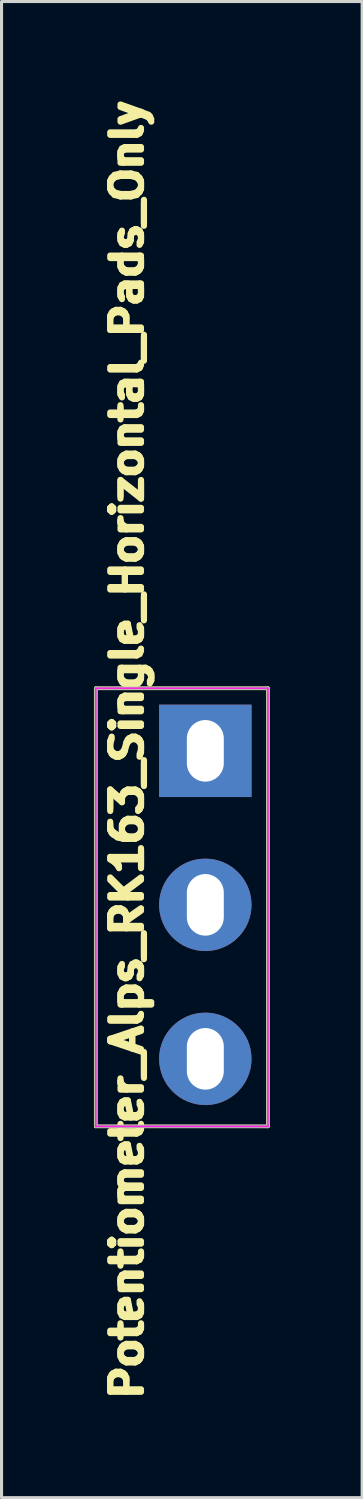
<source format=kicad_pcb>
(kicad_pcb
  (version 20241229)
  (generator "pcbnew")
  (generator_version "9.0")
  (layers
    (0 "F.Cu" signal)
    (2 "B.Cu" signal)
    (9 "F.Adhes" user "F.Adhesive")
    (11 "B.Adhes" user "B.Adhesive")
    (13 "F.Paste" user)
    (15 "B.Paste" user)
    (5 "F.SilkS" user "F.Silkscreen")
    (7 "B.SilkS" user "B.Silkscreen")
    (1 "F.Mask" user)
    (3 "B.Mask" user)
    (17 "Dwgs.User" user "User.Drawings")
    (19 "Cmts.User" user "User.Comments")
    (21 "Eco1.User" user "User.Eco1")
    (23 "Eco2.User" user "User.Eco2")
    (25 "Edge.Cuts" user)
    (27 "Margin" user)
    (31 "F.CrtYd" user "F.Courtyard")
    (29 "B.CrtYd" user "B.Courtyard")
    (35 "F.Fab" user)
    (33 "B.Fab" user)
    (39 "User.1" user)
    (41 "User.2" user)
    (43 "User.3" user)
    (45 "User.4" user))
  (footprint "Potentiometer_Alps_RK163_Single_Horizontal_Pads_Only"
    (layer "F.Cu")
    (at 3.616 21.328)
    (property "Reference" "Potentiometer_Alps_RK163_Single_Horizontal_Pads_Only" (at -2.54 -0.08 270) (layer "F.SilkS") (effects (font (size 1 1) (thickness 0.2))))
    (attr through_hole)
    (fp_line (start -3.556 12.192) (end -3.556 -2.032) (stroke (width 0.12) (type solid)) (layer "F.SilkS"))
    (fp_line (start 2.032 -2.032) (end -3.556 -2.032) (stroke (width 0.12) (type solid)) (layer "F.SilkS"))
    (fp_line (start 2.032 12.192) (end -3.556 12.192) (stroke (width 0.12) (type solid)) (layer "F.SilkS"))
    (fp_line (start 2.032 12.192) (end 2.032 -2.032) (stroke (width 0.12) (type solid)) (layer "F.SilkS"))
    (fp_line (start -3.556 -2.032) (end -3.556 12.192) (stroke (width 0.05) (type solid)) (layer "F.CrtYd"))
    (fp_line (start -3.556 12.192) (end 2.032 12.192) (stroke (width 0.05) (type solid)) (layer "F.CrtYd"))
    (fp_line (start 2.032 -2.032) (end -3.556 -2.032) (stroke (width 0.05) (type solid)) (layer "F.CrtYd"))
    (fp_line (start 2.032 12.192) (end 2.032 -2.032) (stroke (width 0.05) (type solid)) (layer "F.CrtYd"))
    (fp_line (start -3.556 -2.032) (end -3.556 12.192) (stroke (width 0.1) (type solid)) (layer "F.Fab"))
    (fp_line (start -3.556 12.192) (end 2.032 12.192) (stroke (width 0.1) (type solid)) (layer "F.Fab"))
    (fp_line (start 2.032 -2.032) (end -3.556 -2.032) (stroke (width 0.1) (type solid)) (layer "F.Fab"))
    (fp_line (start 2.032 12.192) (end 2.032 -2.032) (stroke (width 0.1) (type solid)) (layer "F.Fab"))
    (fp_text user "${REFERENCE}" (at -2.54 0 270) (layer "F.SilkS") (effects (font (size 1 1) (thickness 0.2))))
    (pad "1" thru_hole rect (at 0 0 180) (size 3 3) (drill oval 1.2 2) (layers "*.Cu" "*.Mask"))
    (pad "2" thru_hole circle (at 0 5 180) (size 3 3) (drill oval 1.2 2) (layers "*.Cu" "*.Mask"))
    (pad "3" thru_hole circle (at 0 10 180) (size 3 3) (drill oval 1.2 2) (layers "*.Cu" "*.Mask")))
  (gr_rect
    (start -3 -3)
    (end 8.708 45.575)
    (stroke (width 0.1) (type default))
    (fill no)
    (layer "Edge.Cuts")))
</source>
